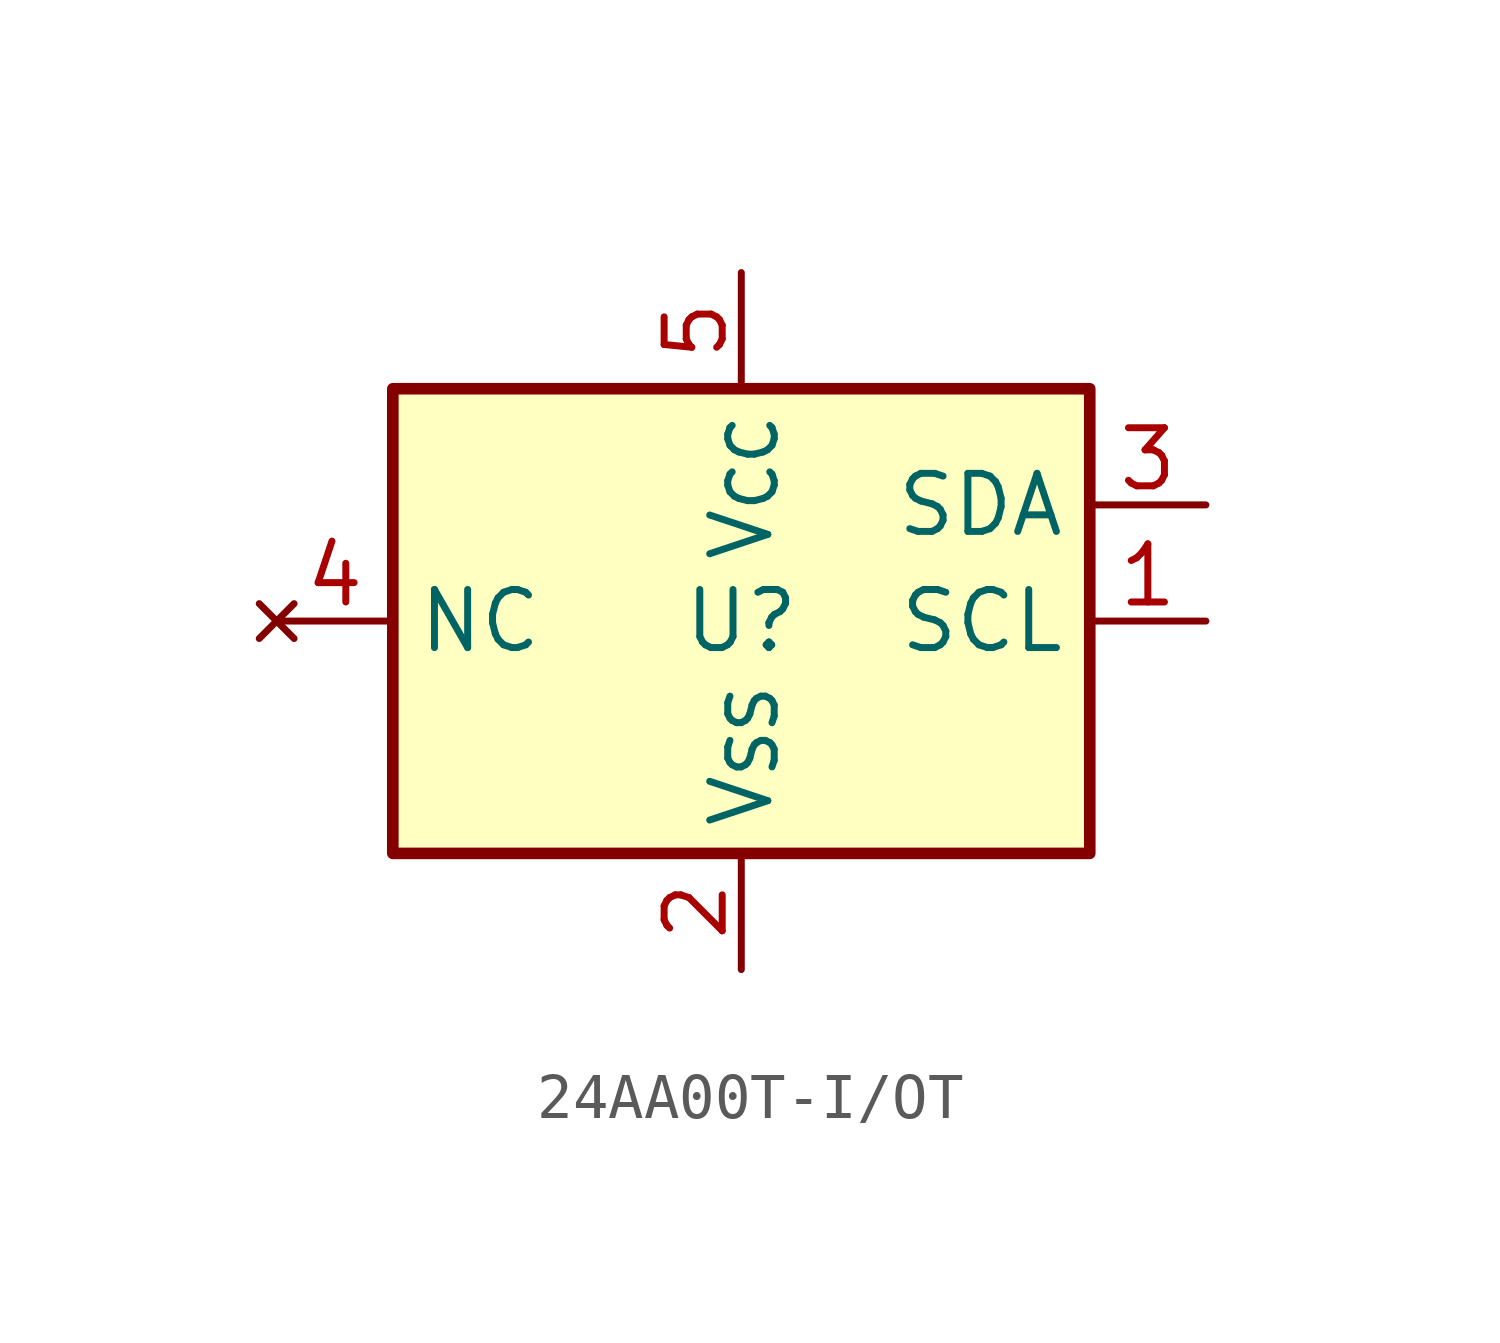
<source format=kicad_sym>
(kicad_symbol_lib
  (version 20220914)
  (generator kicad_symbol_editor)
  (symbol "24AA00T-I/OT"
    (property "Reference" "U"
      (at 0 0 0)
      (effects (font (size 1.27 1.27))))
    (property "Value" ""
      (at 0 0 0)
      (effects (font (size 1.27 1.27))))
    (symbol "24AA00T-I/OT_1_1"
      (rectangle (start -7.62 5.08) (end 7.62 -5.08) (stroke (width 0.254) (type default)) (fill (type background)))
      (pin input line (at 10.16 0 180) (length 2.54) (name "SCL" (effects (font (size 1.27 1.27)))) (number "1" (effects (font (size 1.27 1.27)))))
      (pin power_in line (at 0 -7.62 90) (length 2.54) (name "V_{SS}" (effects (font (size 1.27 1.27)))) (number "2" (effects (font (size 1.27 1.27)))))
      (pin bidirectional line (at 10.16 2.54 180) (length 2.54) (name "SDA" (effects (font (size 1.27 1.27)))) (number "3" (effects (font (size 1.27 1.27)))))
      (pin no_connect line (at -10.16 0 0) (length 2.54) (name "NC" (effects (font (size 1.27 1.27)))) (number "4" (effects (font (size 1.27 1.27)))))
      (pin power_in line (at 0 7.62 270) (length 2.54) (name "V_{CC}" (effects (font (size 1.27 1.27)))) (number "5" (effects (font (size 1.27 1.27))))))))
</source>
